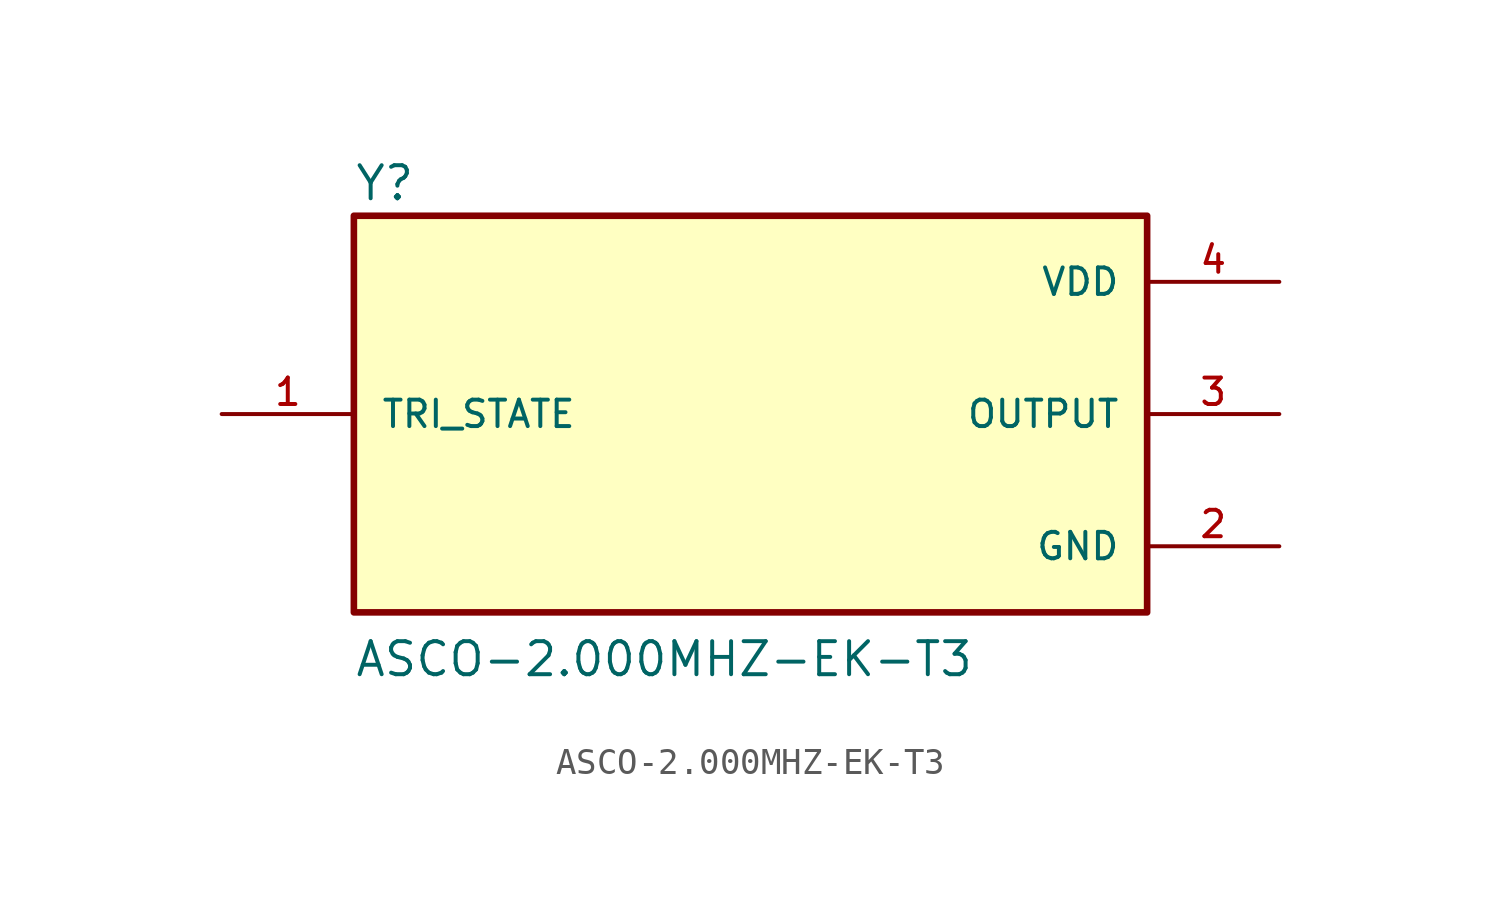
<source format=kicad_sym>
(kicad_symbol_lib
  (version 20211014)
  (generator kicad_symbol_editor)
  (symbol "ASCO-2.000MHZ-EK-T3"
    (pin_names
      (offset 1.016))
    (property "Reference" "Y"
      (at -15.24 8.128 0)
      (effects (font (size 1.27 1.27)) (justify bottom left)))
    (property "Value" "ASCO-2.000MHZ-EK-T3"
      (at -15.24 -10.16 0)
      (effects (font (size 1.27 1.27)) (justify bottom left)))
    (symbol "ASCO-2.000MHZ-EK-T3_0_0"
      (rectangle (start -15.24 -7.62) (end 15.24 7.62) (stroke (width 0.254)) (fill (type background)))
      (pin power_in line (at 20.32 5.08 180.0) (length 5.08) (name "VDD" (effects (font (size 1.016 1.016)))) (number "4" (effects (font (size 1.016 1.016)))))
      (pin passive line (at -20.32 0.0 0) (length 5.08) (name "TRI_STATE" (effects (font (size 1.016 1.016)))) (number "1" (effects (font (size 1.016 1.016)))))
      (pin power_in line (at 20.32 -5.08 180.0) (length 5.08) (name "GND" (effects (font (size 1.016 1.016)))) (number "2" (effects (font (size 1.016 1.016)))))
      (pin output line (at 20.32 0.0 180.0) (length 5.08) (name "OUTPUT" (effects (font (size 1.016 1.016)))) (number "3" (effects (font (size 1.016 1.016))))))))
</source>
